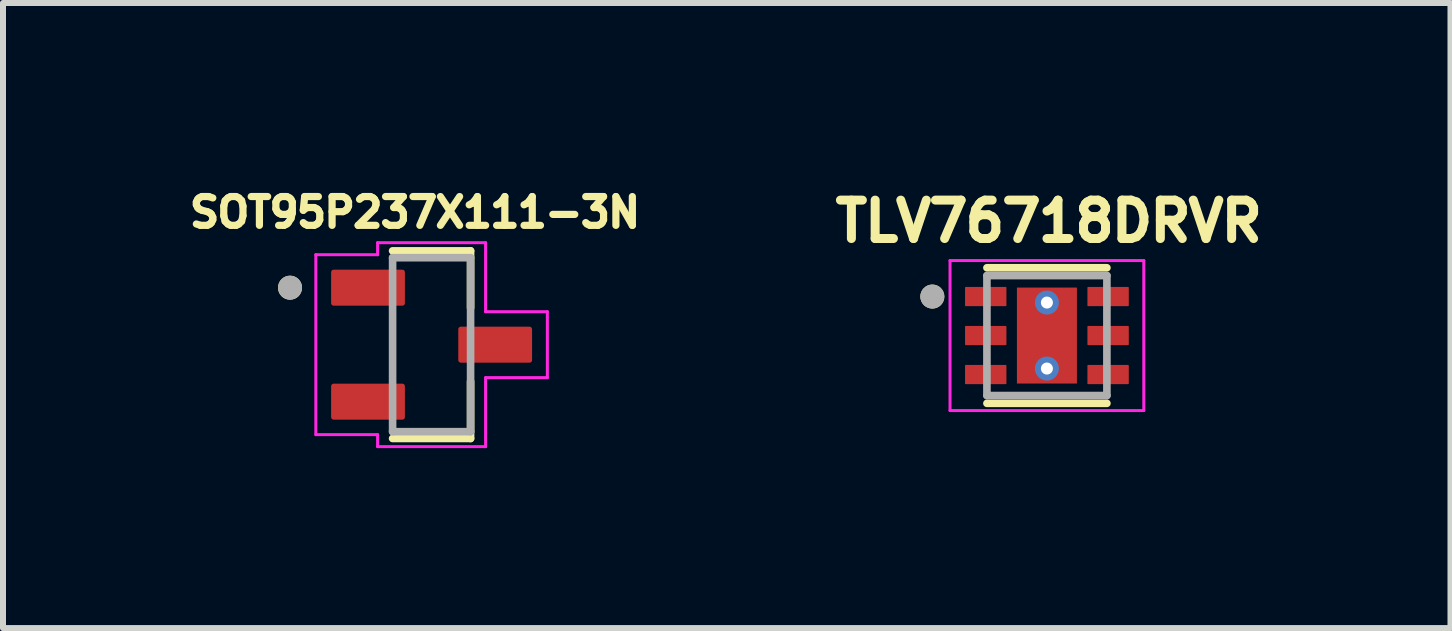
<source format=kicad_pcb>
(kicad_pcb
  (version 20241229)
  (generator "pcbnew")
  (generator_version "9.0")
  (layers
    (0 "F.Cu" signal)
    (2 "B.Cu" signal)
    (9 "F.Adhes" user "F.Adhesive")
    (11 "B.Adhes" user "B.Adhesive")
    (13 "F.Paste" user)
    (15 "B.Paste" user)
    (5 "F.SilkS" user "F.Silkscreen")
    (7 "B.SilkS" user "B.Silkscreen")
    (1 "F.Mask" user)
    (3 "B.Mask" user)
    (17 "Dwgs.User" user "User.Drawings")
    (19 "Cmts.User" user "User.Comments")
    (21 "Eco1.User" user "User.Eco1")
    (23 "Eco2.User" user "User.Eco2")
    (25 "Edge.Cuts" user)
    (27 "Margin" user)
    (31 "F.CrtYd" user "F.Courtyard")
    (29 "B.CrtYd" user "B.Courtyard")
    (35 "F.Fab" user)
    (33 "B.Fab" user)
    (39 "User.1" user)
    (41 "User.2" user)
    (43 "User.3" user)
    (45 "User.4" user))
  (footprint "TLV76718DRVR"
    (layer "F.Cu")
    (at 14.403 2.544)
    (property "Reference" "TLV76718DRVR" (at 0.032 -1.906 0) (layer "F.SilkS") (effects (font (size 0.64 0.64) (thickness 0.15))))
    (attr smd)
    (fp_line (start -1 -1.13) (end 1 -1.13) (stroke (width 0.127) (type solid)) (layer "F.SilkS"))
    (fp_line (start -1 1.13) (end 1 1.13) (stroke (width 0.127) (type solid)) (layer "F.SilkS"))
    (fp_circle (center -1.91 -0.65) (end -1.81 -0.65) (stroke (width 0.2) (type solid)) (fill no) (layer "F.SilkS"))
    (fp_poly (pts (xy -0.5 -0.8) (xy 0.5 -0.8) (xy 0.5 -0.1) (xy -0.5 -0.1)) (stroke (width 0.01) (type solid)) (fill yes) (layer "F.Paste"))
    (fp_poly (pts (xy -0.5 0.1) (xy 0.5 0.1) (xy 0.5 0.8) (xy -0.5 0.8)) (stroke (width 0.01) (type solid)) (fill yes) (layer "F.Paste"))
    (fp_line (start -1.615 -1.25) (end -1.615 1.25) (stroke (width 0.05) (type solid)) (layer "F.CrtYd"))
    (fp_line (start -1.615 -1.25) (end 1.615 -1.25) (stroke (width 0.05) (type solid)) (layer "F.CrtYd"))
    (fp_line (start -1.615 1.25) (end 1.615 1.25) (stroke (width 0.05) (type solid)) (layer "F.CrtYd"))
    (fp_line (start 1.615 -1.25) (end 1.615 1.25) (stroke (width 0.05) (type solid)) (layer "F.CrtYd"))
    (fp_line (start -1 -1) (end -1 1) (stroke (width 0.127) (type solid)) (layer "F.Fab"))
    (fp_line (start -1 -1) (end 1 -1) (stroke (width 0.127) (type solid)) (layer "F.Fab"))
    (fp_line (start -1 1) (end 1 1) (stroke (width 0.127) (type solid)) (layer "F.Fab"))
    (fp_line (start 1 -1) (end 1 1) (stroke (width 0.127) (type solid)) (layer "F.Fab"))
    (fp_circle (center -1.91 -0.65) (end -1.81 -0.65) (stroke (width 0.2) (type solid)) (fill no) (layer "F.Fab"))
    (pad "1" smd roundrect (at -1.02 -0.65) (size 0.69 0.32) (layers "F.Cu" "F.Mask" "F.Paste") (roundrect_rratio 0.04))
    (pad "2" smd roundrect (at -1.02 0) (size 0.69 0.32) (layers "F.Cu" "F.Mask" "F.Paste") (roundrect_rratio 0.04))
    (pad "3" smd roundrect (at -1.02 0.65) (size 0.69 0.32) (layers "F.Cu" "F.Mask" "F.Paste") (roundrect_rratio 0.04))
    (pad "4" smd roundrect (at 1.02 0.65) (size 0.69 0.32) (layers "F.Cu" "F.Mask" "F.Paste") (roundrect_rratio 0.04))
    (pad "5" smd roundrect (at 1.02 0) (size 0.69 0.32) (layers "F.Cu" "F.Mask" "F.Paste") (roundrect_rratio 0.04))
    (pad "6" smd roundrect (at 1.02 -0.65) (size 0.69 0.32) (layers "F.Cu" "F.Mask" "F.Paste") (roundrect_rratio 0.04))
    (pad "7" smd rect (at 0 0) (size 1 1.6) (layers "F.Cu" "F.Mask"))
    (pad "8" thru_hole circle (at 0 -0.55) (size 0.4 0.4) (drill 0.2) (layers "*.Cu"))
    (pad "9" thru_hole circle (at 0 0.55) (size 0.4 0.4) (drill 0.2) (layers "*.Cu")))
  (footprint "SOT95P237X111-3N"
    (layer "F.Cu")
    (at 4.145 2.696)
    (property "Reference" "SOT95P237X111-3N" (at -0.276 -2.205 0) (layer "F.SilkS") (effects (font (size 0.48 0.48) (thickness 0.15))))
    (attr smd)
    (fp_line (start -0.65 -1.564) (end 0.65 -1.564) (stroke (width 0.127) (type solid)) (layer "F.SilkS"))
    (fp_line (start 0.65 -1.564) (end 0.65 -0.614) (stroke (width 0.127) (type solid)) (layer "F.SilkS"))
    (fp_line (start 0.65 1.564) (end -0.65 1.564) (stroke (width 0.127) (type solid)) (layer "F.SilkS"))
    (fp_line (start 0.65 1.564) (end 0.65 0.614) (stroke (width 0.127) (type solid)) (layer "F.SilkS"))
    (fp_circle (center -2.36 -0.95) (end -2.26 -0.95) (stroke (width 0.2) (type solid)) (fill no) (layer "F.SilkS"))
    (fp_line (start -1.93 -1.5) (end -0.9 -1.5) (stroke (width 0.05) (type solid)) (layer "F.CrtYd"))
    (fp_line (start -1.93 1.5) (end -1.93 -1.5) (stroke (width 0.05) (type solid)) (layer "F.CrtYd"))
    (fp_line (start -1.93 1.5) (end -0.9 1.5) (stroke (width 0.05) (type solid)) (layer "F.CrtYd"))
    (fp_line (start -0.9 -1.7) (end 0.9 -1.7) (stroke (width 0.05) (type solid)) (layer "F.CrtYd"))
    (fp_line (start -0.9 -1.5) (end -0.9 -1.7) (stroke (width 0.05) (type solid)) (layer "F.CrtYd"))
    (fp_line (start -0.9 1.7) (end -0.9 1.5) (stroke (width 0.05) (type solid)) (layer "F.CrtYd"))
    (fp_line (start 0.9 -1.7) (end 0.9 -0.55) (stroke (width 0.05) (type solid)) (layer "F.CrtYd"))
    (fp_line (start 0.9 -0.55) (end 1.93 -0.55) (stroke (width 0.05) (type solid)) (layer "F.CrtYd"))
    (fp_line (start 0.9 0.55) (end 0.9 1.7) (stroke (width 0.05) (type solid)) (layer "F.CrtYd"))
    (fp_line (start 0.9 0.55) (end 1.93 0.55) (stroke (width 0.05) (type solid)) (layer "F.CrtYd"))
    (fp_line (start 0.9 1.7) (end -0.9 1.7) (stroke (width 0.05) (type solid)) (layer "F.CrtYd"))
    (fp_line (start 1.93 -0.55) (end 1.93 0.55) (stroke (width 0.05) (type solid)) (layer "F.CrtYd"))
    (fp_line (start -0.65 -1.45) (end 0.65 -1.45) (stroke (width 0.127) (type solid)) (layer "F.Fab"))
    (fp_line (start -0.65 1.45) (end -0.65 -1.45) (stroke (width 0.127) (type solid)) (layer "F.Fab"))
    (fp_line (start 0.65 -1.45) (end 0.65 1.45) (stroke (width 0.127) (type solid)) (layer "F.Fab"))
    (fp_line (start 0.65 1.45) (end -0.65 1.45) (stroke (width 0.127) (type solid)) (layer "F.Fab"))
    (fp_circle (center -2.36 -0.95) (end -2.26 -0.95) (stroke (width 0.2) (type solid)) (fill no) (layer "F.Fab"))
    (pad "1" smd roundrect (at -1.06 -0.95) (size 1.23 0.6) (layers "F.Cu" "F.Mask" "F.Paste") (roundrect_rratio 0.07))
    (pad "2" smd roundrect (at -1.06 0.95) (size 1.23 0.6) (layers "F.Cu" "F.Mask" "F.Paste") (roundrect_rratio 0.07))
    (pad "3" smd roundrect (at 1.06 0) (size 1.23 0.6) (layers "F.Cu" "F.Mask" "F.Paste") (roundrect_rratio 0.07)))
  (gr_rect
    (start -3 -3)
    (end 21.131 7.421)
    (stroke (width 0.1) (type default))
    (fill no)
    (layer "Edge.Cuts")))
</source>
